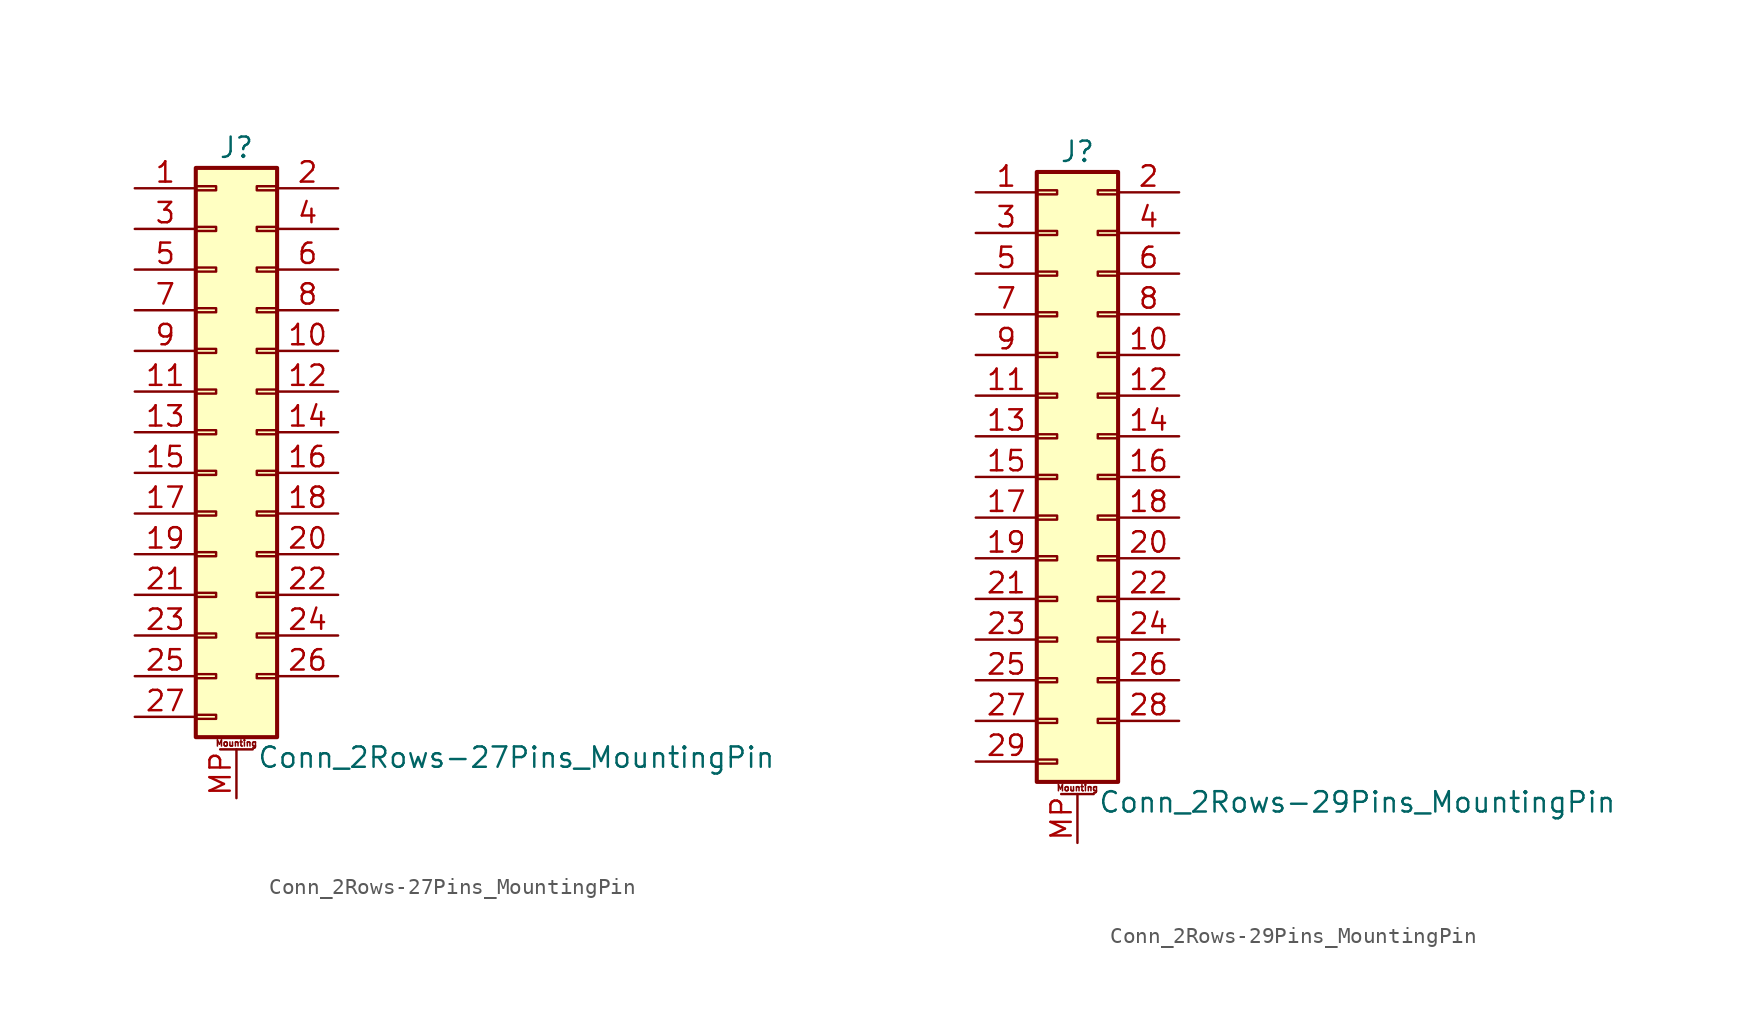
<source format=kicad_sym>
(kicad_symbol_lib
  (version 20220914)
  (generator kicad_symbol_editor)
  (symbol "Conn_2Rows-27Pins_MountingPin"
    (pin_names
      (offset 1.016) hide)
    (property "Reference" "J"
      (at 1.27 17.78 0)
      (effects (font (size 1.27 1.27))))
    (property "Value" "Conn_2Rows-27Pins_MountingPin"
      (at 2.54 -20.32 0)
      (effects (font (size 1.27 1.27)) (justify left)))
    (symbol "Conn_2Rows-27Pins_MountingPin_1_1"
      (rectangle (start -1.27 -17.653) (end 0 -17.907) (stroke (width 0.152) (type default)) (fill (type none)))
      (rectangle (start -1.27 -15.113) (end 0 -15.367) (stroke (width 0.152) (type default)) (fill (type none)))
      (rectangle (start -1.27 -12.573) (end 0 -12.827) (stroke (width 0.152) (type default)) (fill (type none)))
      (rectangle (start -1.27 -10.033) (end 0 -10.287) (stroke (width 0.152) (type default)) (fill (type none)))
      (rectangle (start -1.27 -7.493) (end 0 -7.747) (stroke (width 0.152) (type default)) (fill (type none)))
      (rectangle (start -1.27 -4.953) (end 0 -5.207) (stroke (width 0.152) (type default)) (fill (type none)))
      (rectangle (start -1.27 -2.413) (end 0 -2.667) (stroke (width 0.152) (type default)) (fill (type none)))
      (rectangle (start -1.27 0.127) (end 0 -0.127) (stroke (width 0.152) (type default)) (fill (type none)))
      (rectangle (start -1.27 2.667) (end 0 2.413) (stroke (width 0.152) (type default)) (fill (type none)))
      (rectangle (start -1.27 5.207) (end 0 4.953) (stroke (width 0.152) (type default)) (fill (type none)))
      (rectangle (start -1.27 7.747) (end 0 7.493) (stroke (width 0.152) (type default)) (fill (type none)))
      (rectangle (start -1.27 10.287) (end 0 10.033) (stroke (width 0.152) (type default)) (fill (type none)))
      (rectangle (start -1.27 12.827) (end 0 12.573) (stroke (width 0.152) (type default)) (fill (type none)))
      (rectangle (start -1.27 15.367) (end 0 15.113) (stroke (width 0.152) (type default)) (fill (type none)))
      (rectangle (start -1.27 16.51) (end 3.81 -19.05) (stroke (width 0.254) (type default)) (fill (type background)))
      (polyline (pts (xy 0.254 -19.812) (xy 2.286 -19.812)) (stroke (width 0.152) (type default)) (fill (type none)))
      (rectangle (start 3.81 -15.113) (end 2.54 -15.367) (stroke (width 0.152) (type default)) (fill (type none)))
      (rectangle (start 3.81 -12.573) (end 2.54 -12.827) (stroke (width 0.152) (type default)) (fill (type none)))
      (rectangle (start 3.81 -10.033) (end 2.54 -10.287) (stroke (width 0.152) (type default)) (fill (type none)))
      (rectangle (start 3.81 -7.493) (end 2.54 -7.747) (stroke (width 0.152) (type default)) (fill (type none)))
      (rectangle (start 3.81 -4.953) (end 2.54 -5.207) (stroke (width 0.152) (type default)) (fill (type none)))
      (rectangle (start 3.81 -2.413) (end 2.54 -2.667) (stroke (width 0.152) (type default)) (fill (type none)))
      (rectangle (start 3.81 0.127) (end 2.54 -0.127) (stroke (width 0.152) (type default)) (fill (type none)))
      (rectangle (start 3.81 2.667) (end 2.54 2.413) (stroke (width 0.152) (type default)) (fill (type none)))
      (rectangle (start 3.81 5.207) (end 2.54 4.953) (stroke (width 0.152) (type default)) (fill (type none)))
      (rectangle (start 3.81 7.747) (end 2.54 7.493) (stroke (width 0.152) (type default)) (fill (type none)))
      (rectangle (start 3.81 10.287) (end 2.54 10.033) (stroke (width 0.152) (type default)) (fill (type none)))
      (rectangle (start 3.81 12.827) (end 2.54 12.573) (stroke (width 0.152) (type default)) (fill (type none)))
      (rectangle (start 3.81 15.367) (end 2.54 15.113) (stroke (width 0.152) (type default)) (fill (type none)))
      (text "Mounting" (at 1.27 -19.431 0) (effects (font (size 0.381 0.381))))
      (pin passive line (at -5.08 15.24 0) (length 3.81) (name "Pin_1" (effects (font (size 1.27 1.27)))) (number "1" (effects (font (size 1.27 1.27)))))
      (pin passive line (at 7.62 5.08 180) (length 3.81) (name "Pin_10" (effects (font (size 1.27 1.27)))) (number "10" (effects (font (size 1.27 1.27)))))
      (pin passive line (at -5.08 2.54 0) (length 3.81) (name "Pin_11" (effects (font (size 1.27 1.27)))) (number "11" (effects (font (size 1.27 1.27)))))
      (pin passive line (at 7.62 2.54 180) (length 3.81) (name "Pin_12" (effects (font (size 1.27 1.27)))) (number "12" (effects (font (size 1.27 1.27)))))
      (pin passive line (at -5.08 0 0) (length 3.81) (name "Pin_13" (effects (font (size 1.27 1.27)))) (number "13" (effects (font (size 1.27 1.27)))))
      (pin passive line (at 7.62 0 180) (length 3.81) (name "Pin_14" (effects (font (size 1.27 1.27)))) (number "14" (effects (font (size 1.27 1.27)))))
      (pin passive line (at -5.08 -2.54 0) (length 3.81) (name "Pin_15" (effects (font (size 1.27 1.27)))) (number "15" (effects (font (size 1.27 1.27)))))
      (pin passive line (at 7.62 -2.54 180) (length 3.81) (name "Pin_16" (effects (font (size 1.27 1.27)))) (number "16" (effects (font (size 1.27 1.27)))))
      (pin passive line (at -5.08 -5.08 0) (length 3.81) (name "Pin_17" (effects (font (size 1.27 1.27)))) (number "17" (effects (font (size 1.27 1.27)))))
      (pin passive line (at 7.62 -5.08 180) (length 3.81) (name "Pin_18" (effects (font (size 1.27 1.27)))) (number "18" (effects (font (size 1.27 1.27)))))
      (pin passive line (at -5.08 -7.62 0) (length 3.81) (name "Pin_19" (effects (font (size 1.27 1.27)))) (number "19" (effects (font (size 1.27 1.27)))))
      (pin passive line (at 7.62 15.24 180) (length 3.81) (name "Pin_2" (effects (font (size 1.27 1.27)))) (number "2" (effects (font (size 1.27 1.27)))))
      (pin passive line (at 7.62 -7.62 180) (length 3.81) (name "Pin_20" (effects (font (size 1.27 1.27)))) (number "20" (effects (font (size 1.27 1.27)))))
      (pin passive line (at -5.08 -10.16 0) (length 3.81) (name "Pin_21" (effects (font (size 1.27 1.27)))) (number "21" (effects (font (size 1.27 1.27)))))
      (pin passive line (at 7.62 -10.16 180) (length 3.81) (name "Pin_22" (effects (font (size 1.27 1.27)))) (number "22" (effects (font (size 1.27 1.27)))))
      (pin passive line (at -5.08 -12.7 0) (length 3.81) (name "Pin_23" (effects (font (size 1.27 1.27)))) (number "23" (effects (font (size 1.27 1.27)))))
      (pin passive line (at 7.62 -12.7 180) (length 3.81) (name "Pin_24" (effects (font (size 1.27 1.27)))) (number "24" (effects (font (size 1.27 1.27)))))
      (pin passive line (at -5.08 -15.24 0) (length 3.81) (name "Pin_25" (effects (font (size 1.27 1.27)))) (number "25" (effects (font (size 1.27 1.27)))))
      (pin passive line (at 7.62 -15.24 180) (length 3.81) (name "Pin_26" (effects (font (size 1.27 1.27)))) (number "26" (effects (font (size 1.27 1.27)))))
      (pin passive line (at -5.08 -17.78 0) (length 3.81) (name "Pin_27" (effects (font (size 1.27 1.27)))) (number "27" (effects (font (size 1.27 1.27)))))
      (pin passive line (at -5.08 12.7 0) (length 3.81) (name "Pin_3" (effects (font (size 1.27 1.27)))) (number "3" (effects (font (size 1.27 1.27)))))
      (pin passive line (at 7.62 12.7 180) (length 3.81) (name "Pin_4" (effects (font (size 1.27 1.27)))) (number "4" (effects (font (size 1.27 1.27)))))
      (pin passive line (at -5.08 10.16 0) (length 3.81) (name "Pin_5" (effects (font (size 1.27 1.27)))) (number "5" (effects (font (size 1.27 1.27)))))
      (pin passive line (at 7.62 10.16 180) (length 3.81) (name "Pin_6" (effects (font (size 1.27 1.27)))) (number "6" (effects (font (size 1.27 1.27)))))
      (pin passive line (at -5.08 7.62 0) (length 3.81) (name "Pin_7" (effects (font (size 1.27 1.27)))) (number "7" (effects (font (size 1.27 1.27)))))
      (pin passive line (at 7.62 7.62 180) (length 3.81) (name "Pin_8" (effects (font (size 1.27 1.27)))) (number "8" (effects (font (size 1.27 1.27)))))
      (pin passive line (at -5.08 5.08 0) (length 3.81) (name "Pin_9" (effects (font (size 1.27 1.27)))) (number "9" (effects (font (size 1.27 1.27)))))
      (pin passive line (at 1.27 -22.86 90) (length 3.048) (name "MountPin" (effects (font (size 1.27 1.27)))) (number "MP" (effects (font (size 1.27 1.27)))))))
  (symbol "Conn_2Rows-29Pins_MountingPin"
    (pin_names
      (offset 1.016) hide)
    (property "Reference" "J"
      (at 1.27 20.32 0)
      (effects (font (size 1.27 1.27))))
    (property "Value" "Conn_2Rows-29Pins_MountingPin"
      (at 2.54 -20.32 0)
      (effects (font (size 1.27 1.27)) (justify left)))
    (symbol "Conn_2Rows-29Pins_MountingPin_1_1"
      (rectangle (start -1.27 -17.653) (end 0 -17.907) (stroke (width 0.152) (type default)) (fill (type none)))
      (rectangle (start -1.27 -15.113) (end 0 -15.367) (stroke (width 0.152) (type default)) (fill (type none)))
      (rectangle (start -1.27 -12.573) (end 0 -12.827) (stroke (width 0.152) (type default)) (fill (type none)))
      (rectangle (start -1.27 -10.033) (end 0 -10.287) (stroke (width 0.152) (type default)) (fill (type none)))
      (rectangle (start -1.27 -7.493) (end 0 -7.747) (stroke (width 0.152) (type default)) (fill (type none)))
      (rectangle (start -1.27 -4.953) (end 0 -5.207) (stroke (width 0.152) (type default)) (fill (type none)))
      (rectangle (start -1.27 -2.413) (end 0 -2.667) (stroke (width 0.152) (type default)) (fill (type none)))
      (rectangle (start -1.27 0.127) (end 0 -0.127) (stroke (width 0.152) (type default)) (fill (type none)))
      (rectangle (start -1.27 2.667) (end 0 2.413) (stroke (width 0.152) (type default)) (fill (type none)))
      (rectangle (start -1.27 5.207) (end 0 4.953) (stroke (width 0.152) (type default)) (fill (type none)))
      (rectangle (start -1.27 7.747) (end 0 7.493) (stroke (width 0.152) (type default)) (fill (type none)))
      (rectangle (start -1.27 10.287) (end 0 10.033) (stroke (width 0.152) (type default)) (fill (type none)))
      (rectangle (start -1.27 12.827) (end 0 12.573) (stroke (width 0.152) (type default)) (fill (type none)))
      (rectangle (start -1.27 15.367) (end 0 15.113) (stroke (width 0.152) (type default)) (fill (type none)))
      (rectangle (start -1.27 17.907) (end 0 17.653) (stroke (width 0.152) (type default)) (fill (type none)))
      (rectangle (start -1.27 19.05) (end 3.81 -19.05) (stroke (width 0.254) (type default)) (fill (type background)))
      (polyline (pts (xy 0.254 -19.812) (xy 2.286 -19.812)) (stroke (width 0.152) (type default)) (fill (type none)))
      (rectangle (start 3.81 -15.113) (end 2.54 -15.367) (stroke (width 0.152) (type default)) (fill (type none)))
      (rectangle (start 3.81 -12.573) (end 2.54 -12.827) (stroke (width 0.152) (type default)) (fill (type none)))
      (rectangle (start 3.81 -10.033) (end 2.54 -10.287) (stroke (width 0.152) (type default)) (fill (type none)))
      (rectangle (start 3.81 -7.493) (end 2.54 -7.747) (stroke (width 0.152) (type default)) (fill (type none)))
      (rectangle (start 3.81 -4.953) (end 2.54 -5.207) (stroke (width 0.152) (type default)) (fill (type none)))
      (rectangle (start 3.81 -2.413) (end 2.54 -2.667) (stroke (width 0.152) (type default)) (fill (type none)))
      (rectangle (start 3.81 0.127) (end 2.54 -0.127) (stroke (width 0.152) (type default)) (fill (type none)))
      (rectangle (start 3.81 2.667) (end 2.54 2.413) (stroke (width 0.152) (type default)) (fill (type none)))
      (rectangle (start 3.81 5.207) (end 2.54 4.953) (stroke (width 0.152) (type default)) (fill (type none)))
      (rectangle (start 3.81 7.747) (end 2.54 7.493) (stroke (width 0.152) (type default)) (fill (type none)))
      (rectangle (start 3.81 10.287) (end 2.54 10.033) (stroke (width 0.152) (type default)) (fill (type none)))
      (rectangle (start 3.81 12.827) (end 2.54 12.573) (stroke (width 0.152) (type default)) (fill (type none)))
      (rectangle (start 3.81 15.367) (end 2.54 15.113) (stroke (width 0.152) (type default)) (fill (type none)))
      (rectangle (start 3.81 17.907) (end 2.54 17.653) (stroke (width 0.152) (type default)) (fill (type none)))
      (text "Mounting" (at 1.27 -19.431 0) (effects (font (size 0.381 0.381))))
      (pin passive line (at -5.08 17.78 0) (length 3.81) (name "Pin_1" (effects (font (size 1.27 1.27)))) (number "1" (effects (font (size 1.27 1.27)))))
      (pin passive line (at 7.62 7.62 180) (length 3.81) (name "Pin_10" (effects (font (size 1.27 1.27)))) (number "10" (effects (font (size 1.27 1.27)))))
      (pin passive line (at -5.08 5.08 0) (length 3.81) (name "Pin_11" (effects (font (size 1.27 1.27)))) (number "11" (effects (font (size 1.27 1.27)))))
      (pin passive line (at 7.62 5.08 180) (length 3.81) (name "Pin_12" (effects (font (size 1.27 1.27)))) (number "12" (effects (font (size 1.27 1.27)))))
      (pin passive line (at -5.08 2.54 0) (length 3.81) (name "Pin_13" (effects (font (size 1.27 1.27)))) (number "13" (effects (font (size 1.27 1.27)))))
      (pin passive line (at 7.62 2.54 180) (length 3.81) (name "Pin_14" (effects (font (size 1.27 1.27)))) (number "14" (effects (font (size 1.27 1.27)))))
      (pin passive line (at -5.08 0 0) (length 3.81) (name "Pin_15" (effects (font (size 1.27 1.27)))) (number "15" (effects (font (size 1.27 1.27)))))
      (pin passive line (at 7.62 0 180) (length 3.81) (name "Pin_16" (effects (font (size 1.27 1.27)))) (number "16" (effects (font (size 1.27 1.27)))))
      (pin passive line (at -5.08 -2.54 0) (length 3.81) (name "Pin_17" (effects (font (size 1.27 1.27)))) (number "17" (effects (font (size 1.27 1.27)))))
      (pin passive line (at 7.62 -2.54 180) (length 3.81) (name "Pin_18" (effects (font (size 1.27 1.27)))) (number "18" (effects (font (size 1.27 1.27)))))
      (pin passive line (at -5.08 -5.08 0) (length 3.81) (name "Pin_19" (effects (font (size 1.27 1.27)))) (number "19" (effects (font (size 1.27 1.27)))))
      (pin passive line (at 7.62 17.78 180) (length 3.81) (name "Pin_2" (effects (font (size 1.27 1.27)))) (number "2" (effects (font (size 1.27 1.27)))))
      (pin passive line (at 7.62 -5.08 180) (length 3.81) (name "Pin_20" (effects (font (size 1.27 1.27)))) (number "20" (effects (font (size 1.27 1.27)))))
      (pin passive line (at -5.08 -7.62 0) (length 3.81) (name "Pin_21" (effects (font (size 1.27 1.27)))) (number "21" (effects (font (size 1.27 1.27)))))
      (pin passive line (at 7.62 -7.62 180) (length 3.81) (name "Pin_22" (effects (font (size 1.27 1.27)))) (number "22" (effects (font (size 1.27 1.27)))))
      (pin passive line (at -5.08 -10.16 0) (length 3.81) (name "Pin_23" (effects (font (size 1.27 1.27)))) (number "23" (effects (font (size 1.27 1.27)))))
      (pin passive line (at 7.62 -10.16 180) (length 3.81) (name "Pin_24" (effects (font (size 1.27 1.27)))) (number "24" (effects (font (size 1.27 1.27)))))
      (pin passive line (at -5.08 -12.7 0) (length 3.81) (name "Pin_25" (effects (font (size 1.27 1.27)))) (number "25" (effects (font (size 1.27 1.27)))))
      (pin passive line (at 7.62 -12.7 180) (length 3.81) (name "Pin_26" (effects (font (size 1.27 1.27)))) (number "26" (effects (font (size 1.27 1.27)))))
      (pin passive line (at -5.08 -15.24 0) (length 3.81) (name "Pin_27" (effects (font (size 1.27 1.27)))) (number "27" (effects (font (size 1.27 1.27)))))
      (pin passive line (at 7.62 -15.24 180) (length 3.81) (name "Pin_28" (effects (font (size 1.27 1.27)))) (number "28" (effects (font (size 1.27 1.27)))))
      (pin passive line (at -5.08 -17.78 0) (length 3.81) (name "Pin_29" (effects (font (size 1.27 1.27)))) (number "29" (effects (font (size 1.27 1.27)))))
      (pin passive line (at -5.08 15.24 0) (length 3.81) (name "Pin_3" (effects (font (size 1.27 1.27)))) (number "3" (effects (font (size 1.27 1.27)))))
      (pin passive line (at 7.62 15.24 180) (length 3.81) (name "Pin_4" (effects (font (size 1.27 1.27)))) (number "4" (effects (font (size 1.27 1.27)))))
      (pin passive line (at -5.08 12.7 0) (length 3.81) (name "Pin_5" (effects (font (size 1.27 1.27)))) (number "5" (effects (font (size 1.27 1.27)))))
      (pin passive line (at 7.62 12.7 180) (length 3.81) (name "Pin_6" (effects (font (size 1.27 1.27)))) (number "6" (effects (font (size 1.27 1.27)))))
      (pin passive line (at -5.08 10.16 0) (length 3.81) (name "Pin_7" (effects (font (size 1.27 1.27)))) (number "7" (effects (font (size 1.27 1.27)))))
      (pin passive line (at 7.62 10.16 180) (length 3.81) (name "Pin_8" (effects (font (size 1.27 1.27)))) (number "8" (effects (font (size 1.27 1.27)))))
      (pin passive line (at -5.08 7.62 0) (length 3.81) (name "Pin_9" (effects (font (size 1.27 1.27)))) (number "9" (effects (font (size 1.27 1.27)))))
      (pin passive line (at 1.27 -22.86 90) (length 3.048) (name "MountPin" (effects (font (size 1.27 1.27)))) (number "MP" (effects (font (size 1.27 1.27))))))))
</source>
